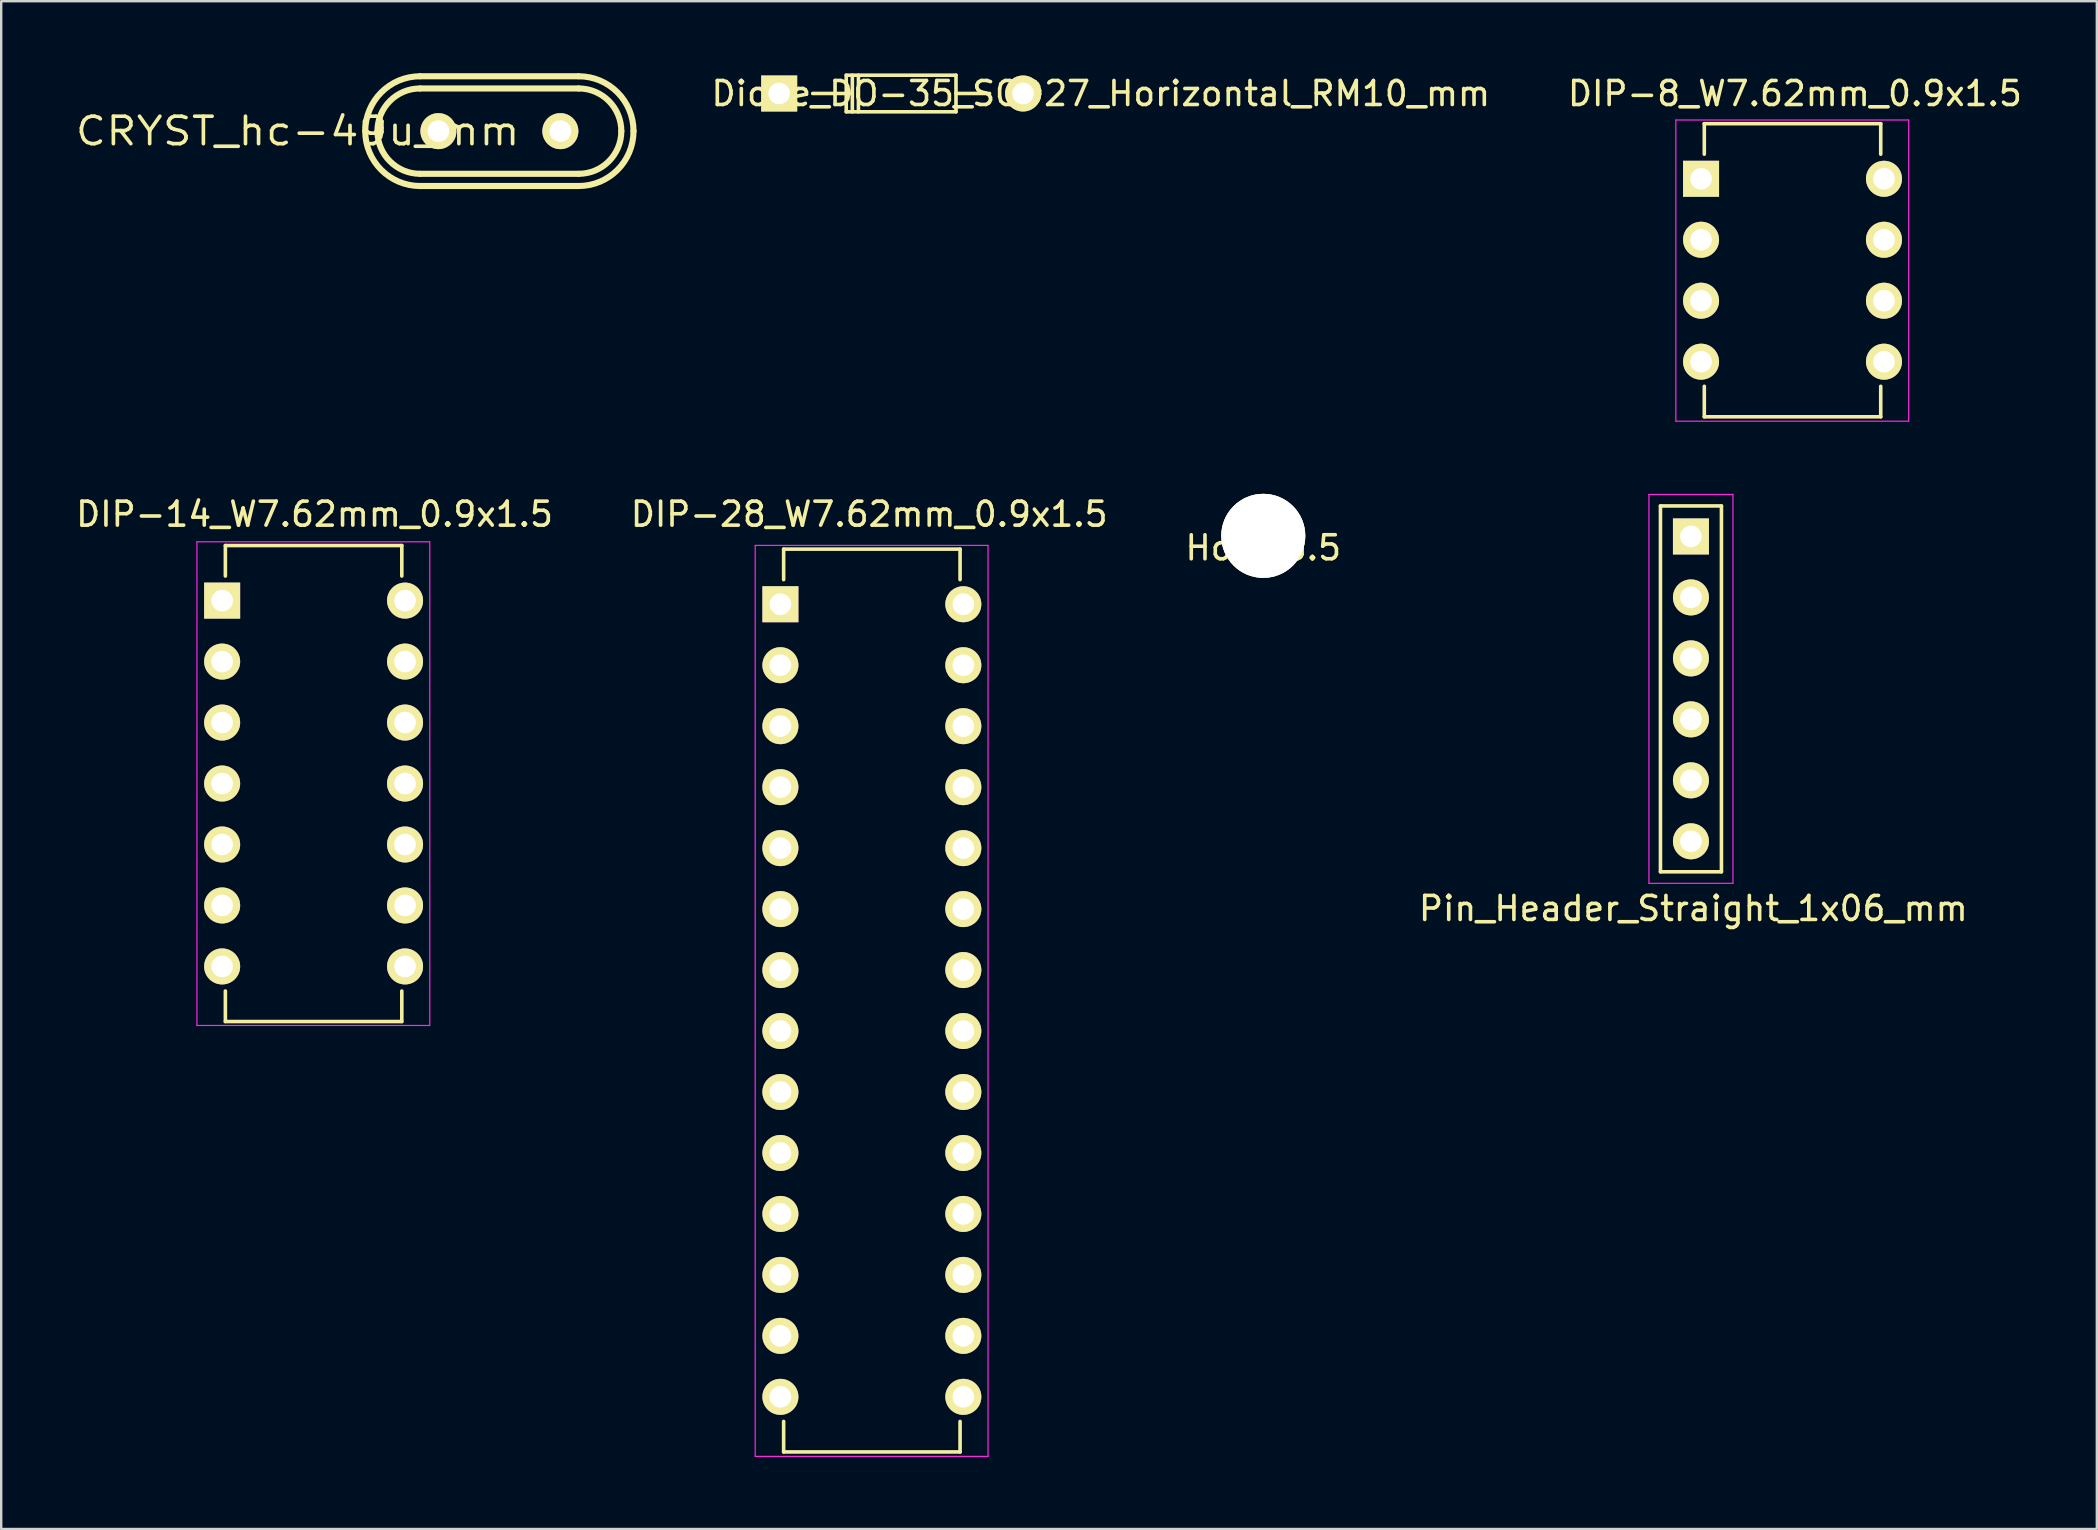
<source format=kicad_pcb>
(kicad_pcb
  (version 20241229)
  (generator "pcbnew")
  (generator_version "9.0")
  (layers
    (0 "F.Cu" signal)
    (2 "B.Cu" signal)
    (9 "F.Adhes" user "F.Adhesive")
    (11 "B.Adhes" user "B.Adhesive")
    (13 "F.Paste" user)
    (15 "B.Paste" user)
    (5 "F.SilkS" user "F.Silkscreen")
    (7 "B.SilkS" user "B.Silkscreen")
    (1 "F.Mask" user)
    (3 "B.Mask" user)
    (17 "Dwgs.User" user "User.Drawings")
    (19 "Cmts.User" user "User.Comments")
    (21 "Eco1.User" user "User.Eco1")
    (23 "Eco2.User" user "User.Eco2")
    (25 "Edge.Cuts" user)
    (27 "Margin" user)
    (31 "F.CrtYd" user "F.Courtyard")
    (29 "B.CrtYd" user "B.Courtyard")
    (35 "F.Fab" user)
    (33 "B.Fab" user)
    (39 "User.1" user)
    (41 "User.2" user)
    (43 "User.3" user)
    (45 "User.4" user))
  (footprint "CRYST_hc-49u_mm"
    (layer "F.Cu")
    (at 17.754 2.413)
    (property "Reference" "CRYST_hc-49u_mm" (at -8.4 0 0) (layer "F.SilkS") (effects (font (size 1.143 1.27) (thickness 0.152))))
    (attr through_hole)
    (fp_line (start -3.302 -2.286) (end 3.302 -2.286) (stroke (width 0.254) (type solid)) (layer "F.SilkS"))
    (fp_line (start -3.302 1.778) (end 3.302 1.778) (stroke (width 0.254) (type solid)) (layer "F.SilkS"))
    (fp_line (start 3.302 -1.778) (end -3.302 -1.778) (stroke (width 0.254) (type solid)) (layer "F.SilkS"))
    (fp_line (start 3.302 2.286) (end -3.302 2.286) (stroke (width 0.254) (type solid)) (layer "F.SilkS"))
    (fp_arc (start -5.588 0) (mid -4.918446 -1.616446) (end -3.302 -2.286) (stroke (width 0.254) (type solid)) (layer "F.SilkS"))
    (fp_arc (start -5.08 0) (mid -4.559236 -1.257236) (end -3.302 -1.778) (stroke (width 0.254) (type solid)) (layer "F.SilkS"))
    (fp_arc (start -3.302 1.778) (mid -4.559236 1.257236) (end -5.08 0) (stroke (width 0.254) (type solid)) (layer "F.SilkS"))
    (fp_arc (start -3.302 2.286) (mid -4.918446 1.616446) (end -5.588 0) (stroke (width 0.254) (type solid)) (layer "F.SilkS"))
    (fp_arc (start 3.302 -2.286) (mid 4.918446 -1.616446) (end 5.588 0) (stroke (width 0.254) (type solid)) (layer "F.SilkS"))
    (fp_arc (start 3.302 -1.778) (mid 4.559236 -1.257236) (end 5.08 0) (stroke (width 0.254) (type solid)) (layer "F.SilkS"))
    (fp_arc (start 5.08 0) (mid 4.559236 1.257236) (end 3.302 1.778) (stroke (width 0.254) (type solid)) (layer "F.SilkS"))
    (fp_arc (start 5.588 0) (mid 4.918446 1.616446) (end 3.302 2.286) (stroke (width 0.254) (type solid)) (layer "F.SilkS"))
    (pad "1" thru_hole circle (at -2.54 0) (size 1.5 1.5) (drill 0.9) (layers "*.Cu" "*.Mask" "F.SilkS"))
    (pad "2" thru_hole circle (at 2.54 0) (size 1.5 1.5) (drill 0.9) (layers "*.Cu" "*.Mask" "F.SilkS")))
  (footprint "DIP-8_W7.62mm_0.9x1.5"
    (layer "F.Cu")
    (at 67.815 4.398)
    (property "Reference" "DIP-8_W7.62mm_0.9x1.5" (at 3.91 -3.55 0) (layer "F.SilkS") (effects (font (size 1 1) (thickness 0.15))))
    (attr through_hole)
    (fp_line (start 0.135 -2.295) (end 0.135 -1.025) (stroke (width 0.15) (type solid)) (layer "F.SilkS"))
    (fp_line (start 0.135 -2.295) (end 7.485 -2.295) (stroke (width 0.15) (type solid)) (layer "F.SilkS"))
    (fp_line (start 0.135 9.915) (end 0.135 8.645) (stroke (width 0.15) (type solid)) (layer "F.SilkS"))
    (fp_line (start 0.135 9.915) (end 7.485 9.915) (stroke (width 0.15) (type solid)) (layer "F.SilkS"))
    (fp_line (start 7.485 -2.295) (end 7.485 -1.025) (stroke (width 0.15) (type solid)) (layer "F.SilkS"))
    (fp_line (start 7.485 9.915) (end 7.485 8.645) (stroke (width 0.15) (type solid)) (layer "F.SilkS"))
    (fp_line (start -1.05 -2.45) (end -1.05 10.1) (stroke (width 0.05) (type solid)) (layer "F.CrtYd"))
    (fp_line (start -1.05 -2.45) (end 8.65 -2.45) (stroke (width 0.05) (type solid)) (layer "F.CrtYd"))
    (fp_line (start -1.05 10.1) (end 8.65 10.1) (stroke (width 0.05) (type solid)) (layer "F.CrtYd"))
    (fp_line (start 8.65 -2.45) (end 8.65 10.1) (stroke (width 0.05) (type solid)) (layer "F.CrtYd"))
    (pad "1" thru_hole rect (at 0 0) (size 1.5 1.5) (drill 0.9) (layers "*.Cu" "*.Mask" "F.SilkS"))
    (pad "2" thru_hole circle (at 0 2.54) (size 1.5 1.5) (drill 0.9) (layers "*.Cu" "*.Mask" "F.SilkS"))
    (pad "3" thru_hole circle (at 0 5.08) (size 1.5 1.5) (drill 0.9) (layers "*.Cu" "*.Mask" "F.SilkS"))
    (pad "4" thru_hole circle (at 0 7.62) (size 1.5 1.5) (drill 0.9) (layers "*.Cu" "*.Mask" "F.SilkS"))
    (pad "5" thru_hole circle (at 7.62 7.62 180) (size 1.5 1.5) (drill 0.9) (layers "*.Cu" "*.Mask" "F.SilkS"))
    (pad "6" thru_hole circle (at 7.62 5.08 180) (size 1.5 1.5) (drill 0.9) (layers "*.Cu" "*.Mask" "F.SilkS"))
    (pad "7" thru_hole circle (at 7.62 2.54 180) (size 1.5 1.5) (drill 0.9) (layers "*.Cu" "*.Mask" "F.SilkS"))
    (pad "8" thru_hole circle (at 7.62 0) (size 1.5 1.5) (drill 0.9) (layers "*.Cu" "*.Mask" "F.SilkS")))
  (footprint "Diode_DO-35_SOD27_Horizontal_RM10_mm"
    (layer "F.Cu")
    (at 29.409 0.848)
    (property "Reference" "Diode_DO-35_SOD27_Horizontal_RM10_mm" (at 13.4 0 0) (layer "F.SilkS") (effects (font (size 1 1) (thickness 0.15))))
    (attr through_hole)
    (fp_line (start 2.795 -0.765) (end 2.795 -0.003) (stroke (width 0.15) (type solid)) (layer "F.SilkS"))
    (fp_line (start 2.795 -0.003) (end 2.795 0.759) (stroke (width 0.15) (type solid)) (layer "F.SilkS"))
    (fp_line (start 2.795 0.759) (end 7.367 0.759) (stroke (width 0.15) (type solid)) (layer "F.SilkS"))
    (fp_line (start 2.922 -0.003) (end 1.398 -0.003) (stroke (width 0.15) (type solid)) (layer "F.SilkS"))
    (fp_line (start 3.049 -0.765) (end 3.049 0.759) (stroke (width 0.15) (type solid)) (layer "F.SilkS"))
    (fp_line (start 3.303 -0.765) (end 3.303 0.759) (stroke (width 0.15) (type solid)) (layer "F.SilkS"))
    (fp_line (start 7.367 -0.765) (end 2.795 -0.765) (stroke (width 0.15) (type solid)) (layer "F.SilkS"))
    (fp_line (start 7.367 -0.003) (end 8.764 -0.003) (stroke (width 0.15) (type solid)) (layer "F.SilkS"))
    (fp_line (start 7.367 0.759) (end 7.367 -0.765) (stroke (width 0.15) (type solid)) (layer "F.SilkS"))
    (pad "1" thru_hole rect (at 0.001 -0.003 180) (size 1.5 1.5) (drill 0.9) (layers "*.Cu" "*.Mask" "F.SilkS"))
    (pad "2" thru_hole circle (at 10.161 -0.003 180) (size 1.5 1.5) (drill 0.9) (layers "*.Cu" "*.Mask" "F.SilkS")))
  (footprint "DIP-28_W7.62mm_0.9x1.5"
    (layer "F.Cu")
    (at 29.461 22.122)
    (property "Reference" "DIP-28_W7.62mm_0.9x1.5" (at 3.7 -3.75 0) (layer "F.SilkS") (effects (font (size 1 1) (thickness 0.15))))
    (attr through_hole)
    (fp_line (start 0.135 -2.295) (end 0.135 -1.025) (stroke (width 0.15) (type solid)) (layer "F.SilkS"))
    (fp_line (start 0.135 -2.295) (end 7.485 -2.295) (stroke (width 0.15) (type solid)) (layer "F.SilkS"))
    (fp_line (start 0.135 35.315) (end 0.135 34.045) (stroke (width 0.15) (type solid)) (layer "F.SilkS"))
    (fp_line (start 0.135 35.315) (end 7.485 35.315) (stroke (width 0.15) (type solid)) (layer "F.SilkS"))
    (fp_line (start 7.485 -2.295) (end 7.485 -1.025) (stroke (width 0.15) (type solid)) (layer "F.SilkS"))
    (fp_line (start 7.485 35.315) (end 7.485 34.045) (stroke (width 0.15) (type solid)) (layer "F.SilkS"))
    (fp_line (start -1.05 -2.45) (end -1.05 35.5) (stroke (width 0.05) (type solid)) (layer "F.CrtYd"))
    (fp_line (start -1.05 -2.45) (end 8.65 -2.45) (stroke (width 0.05) (type solid)) (layer "F.CrtYd"))
    (fp_line (start -1.05 35.5) (end 8.65 35.5) (stroke (width 0.05) (type solid)) (layer "F.CrtYd"))
    (fp_line (start 8.65 -2.45) (end 8.65 35.5) (stroke (width 0.05) (type solid)) (layer "F.CrtYd"))
    (pad "1" thru_hole rect (at 0 0) (size 1.5 1.5) (drill 0.9) (layers "*.Cu" "*.Mask" "F.SilkS"))
    (pad "2" thru_hole circle (at 0 2.54) (size 1.5 1.5) (drill 0.9) (layers "*.Cu" "*.Mask" "F.SilkS"))
    (pad "3" thru_hole circle (at 0 5.08) (size 1.5 1.5) (drill 0.9) (layers "*.Cu" "*.Mask" "F.SilkS"))
    (pad "4" thru_hole circle (at 0 7.62) (size 1.5 1.5) (drill 0.9) (layers "*.Cu" "*.Mask" "F.SilkS"))
    (pad "5" thru_hole circle (at 0 10.16) (size 1.5 1.5) (drill 0.9) (layers "*.Cu" "*.Mask" "F.SilkS"))
    (pad "6" thru_hole circle (at 0 12.7) (size 1.5 1.5) (drill 0.9) (layers "*.Cu" "*.Mask" "F.SilkS"))
    (pad "7" thru_hole circle (at 0 15.24) (size 1.5 1.5) (drill 0.9) (layers "*.Cu" "*.Mask" "F.SilkS"))
    (pad "8" thru_hole circle (at 0 17.78) (size 1.5 1.5) (drill 0.9) (layers "*.Cu" "*.Mask" "F.SilkS"))
    (pad "9" thru_hole circle (at 0 20.32) (size 1.5 1.5) (drill 0.9) (layers "*.Cu" "*.Mask" "F.SilkS"))
    (pad "10" thru_hole circle (at 0 22.86) (size 1.5 1.5) (drill 0.9) (layers "*.Cu" "*.Mask" "F.SilkS"))
    (pad "11" thru_hole circle (at 0 25.4) (size 1.5 1.5) (drill 0.9) (layers "*.Cu" "*.Mask" "F.SilkS"))
    (pad "12" thru_hole circle (at 0 27.94) (size 1.5 1.5) (drill 0.9) (layers "*.Cu" "*.Mask" "F.SilkS"))
    (pad "13" thru_hole circle (at 0 30.48) (size 1.5 1.5) (drill 0.9) (layers "*.Cu" "*.Mask" "F.SilkS"))
    (pad "14" thru_hole circle (at 0 33.02) (size 1.5 1.5) (drill 0.9) (layers "*.Cu" "*.Mask" "F.SilkS"))
    (pad "15" thru_hole circle (at 7.62 33.02 180) (size 1.5 1.5) (drill 0.9) (layers "*.Cu" "*.Mask" "F.SilkS"))
    (pad "16" thru_hole circle (at 7.62 30.48 180) (size 1.5 1.5) (drill 0.9) (layers "*.Cu" "*.Mask" "F.SilkS"))
    (pad "17" thru_hole circle (at 7.62 27.94 180) (size 1.5 1.5) (drill 0.9) (layers "*.Cu" "*.Mask" "F.SilkS"))
    (pad "18" thru_hole circle (at 7.62 25.4 180) (size 1.5 1.5) (drill 0.9) (layers "*.Cu" "*.Mask" "F.SilkS"))
    (pad "19" thru_hole circle (at 7.62 22.86 180) (size 1.5 1.5) (drill 0.9) (layers "*.Cu" "*.Mask" "F.SilkS"))
    (pad "20" thru_hole circle (at 7.62 20.32 180) (size 1.5 1.5) (drill 0.9) (layers "*.Cu" "*.Mask" "F.SilkS"))
    (pad "21" thru_hole circle (at 7.62 17.78 180) (size 1.5 1.5) (drill 0.9) (layers "*.Cu" "*.Mask" "F.SilkS"))
    (pad "22" thru_hole circle (at 7.62 15.24 180) (size 1.5 1.5) (drill 0.9) (layers "*.Cu" "*.Mask" "F.SilkS"))
    (pad "23" thru_hole circle (at 7.62 12.7 180) (size 1.5 1.5) (drill 0.9) (layers "*.Cu" "*.Mask" "F.SilkS"))
    (pad "24" thru_hole circle (at 7.62 10.16 180) (size 1.5 1.5) (drill 0.9) (layers "*.Cu" "*.Mask" "F.SilkS"))
    (pad "25" thru_hole circle (at 7.62 7.62 180) (size 1.5 1.5) (drill 0.9) (layers "*.Cu" "*.Mask" "F.SilkS"))
    (pad "26" thru_hole circle (at 7.62 5.08 180) (size 1.5 1.5) (drill 0.9) (layers "*.Cu" "*.Mask" "F.SilkS"))
    (pad "27" thru_hole circle (at 7.62 2.54 180) (size 1.5 1.5) (drill 0.9) (layers "*.Cu" "*.Mask" "F.SilkS"))
    (pad "28" thru_hole circle (at 7.62 0 180) (size 1.5 1.5) (drill 0.9) (layers "*.Cu" "*.Mask" "F.SilkS")))
  (footprint "Hole_3.5"
    (layer "F.Cu")
    (at 49.577 19.273)
    (property "Reference" "Hole_3.5" (at 0 0.5 0) (layer "F.SilkS") (effects (font (size 1 1) (thickness 0.15))))
    (attr through_hole)
    (pad "1" thru_hole circle (at 0 0) (size 3.5 3.5) (drill 3.5) (layers "*.Cu" "F.SilkS")))
  (footprint "Pin_Header_Straight_1x06_mm"
    (layer "F.Cu")
    (at 67.394 19.298)
    (property "Reference" "Pin_Header_Straight_1x06_mm" (at 0.1 15.5 0) (layer "F.SilkS") (effects (font (size 1 1) (thickness 0.15))))
    (attr through_hole)
    (fp_line (start -1.27 13.97) (end -1.27 -1.27) (stroke (width 0.15) (type solid)) (layer "F.SilkS"))
    (fp_line (start 1.27 -1.27) (end -1.27 -1.27) (stroke (width 0.15) (type solid)) (layer "F.SilkS"))
    (fp_line (start 1.27 -1.27) (end 1.27 13.97) (stroke (width 0.15) (type solid)) (layer "F.SilkS"))
    (fp_line (start 1.27 13.97) (end -1.27 13.97) (stroke (width 0.15) (type solid)) (layer "F.SilkS"))
    (fp_line (start -1.75 -1.75) (end -1.75 14.45) (stroke (width 0.05) (type solid)) (layer "F.CrtYd"))
    (fp_line (start -1.75 -1.75) (end 1.75 -1.75) (stroke (width 0.05) (type solid)) (layer "F.CrtYd"))
    (fp_line (start -1.75 14.45) (end 1.75 14.45) (stroke (width 0.05) (type solid)) (layer "F.CrtYd"))
    (fp_line (start 1.75 -1.75) (end 1.75 14.45) (stroke (width 0.05) (type solid)) (layer "F.CrtYd"))
    (pad "1" thru_hole rect (at 0 0) (size 1.5 1.5) (drill 0.9) (layers "*.Cu" "*.Mask" "F.SilkS"))
    (pad "2" thru_hole circle (at 0 2.54) (size 1.5 1.5) (drill 0.9) (layers "*.Cu" "*.Mask" "F.SilkS"))
    (pad "3" thru_hole circle (at 0 5.08) (size 1.5 1.5) (drill 0.9) (layers "*.Cu" "*.Mask" "F.SilkS"))
    (pad "4" thru_hole circle (at 0 7.62) (size 1.5 1.5) (drill 0.9) (layers "*.Cu" "*.Mask" "F.SilkS"))
    (pad "5" thru_hole circle (at 0 10.16) (size 1.5 1.5) (drill 0.9) (layers "*.Cu" "*.Mask" "F.SilkS"))
    (pad "6" thru_hole circle (at 0 12.7) (size 1.5 1.5) (drill 0.9) (layers "*.Cu" "*.Mask" "F.SilkS")))
  (footprint "DIP-14_W7.62mm_0.9x1.5"
    (layer "F.Cu")
    (at 6.204 21.971)
    (property "Reference" "DIP-14_W7.62mm_0.9x1.5" (at 3.85 -3.6 0) (layer "F.SilkS") (effects (font (size 1 1) (thickness 0.15))))
    (attr through_hole)
    (fp_line (start 0.135 -2.295) (end 0.135 -1.025) (stroke (width 0.15) (type solid)) (layer "F.SilkS"))
    (fp_line (start 0.135 -2.295) (end 7.485 -2.295) (stroke (width 0.15) (type solid)) (layer "F.SilkS"))
    (fp_line (start 0.135 17.535) (end 0.135 16.265) (stroke (width 0.15) (type solid)) (layer "F.SilkS"))
    (fp_line (start 0.135 17.535) (end 7.485 17.535) (stroke (width 0.15) (type solid)) (layer "F.SilkS"))
    (fp_line (start 7.485 -2.295) (end 7.485 -1.025) (stroke (width 0.15) (type solid)) (layer "F.SilkS"))
    (fp_line (start 7.485 17.535) (end 7.485 16.265) (stroke (width 0.15) (type solid)) (layer "F.SilkS"))
    (fp_line (start -1.05 -2.45) (end -1.05 17.7) (stroke (width 0.05) (type solid)) (layer "F.CrtYd"))
    (fp_line (start -1.05 -2.45) (end 8.65 -2.45) (stroke (width 0.05) (type solid)) (layer "F.CrtYd"))
    (fp_line (start -1.05 17.7) (end 8.65 17.7) (stroke (width 0.05) (type solid)) (layer "F.CrtYd"))
    (fp_line (start 8.65 -2.45) (end 8.65 17.7) (stroke (width 0.05) (type solid)) (layer "F.CrtYd"))
    (pad "1" thru_hole rect (at 0 0) (size 1.5 1.5) (drill 0.9) (layers "*.Cu" "*.Mask" "F.SilkS"))
    (pad "2" thru_hole oval (at 0 2.54) (size 1.5 1.5) (drill 0.9) (layers "*.Cu" "*.Mask" "F.SilkS"))
    (pad "3" thru_hole oval (at 0 5.08) (size 1.5 1.5) (drill 0.9) (layers "*.Cu" "*.Mask" "F.SilkS"))
    (pad "4" thru_hole oval (at 0 7.62) (size 1.5 1.5) (drill 0.9) (layers "*.Cu" "*.Mask" "F.SilkS"))
    (pad "5" thru_hole oval (at 0 10.16) (size 1.5 1.5) (drill 0.9) (layers "*.Cu" "*.Mask" "F.SilkS"))
    (pad "6" thru_hole oval (at 0 12.7) (size 1.5 1.5) (drill 0.9) (layers "*.Cu" "*.Mask" "F.SilkS"))
    (pad "7" thru_hole oval (at 0 15.24) (size 1.5 1.5) (drill 0.9) (layers "*.Cu" "*.Mask" "F.SilkS"))
    (pad "8" thru_hole circle (at 7.62 15.24) (size 1.5 1.5) (drill 0.9) (layers "*.Cu" "*.Mask" "F.SilkS"))
    (pad "9" thru_hole oval (at 7.62 12.7 180) (size 1.5 1.5) (drill 0.9) (layers "*.Cu" "*.Mask" "F.SilkS"))
    (pad "10" thru_hole oval (at 7.62 10.16 180) (size 1.5 1.5) (drill 0.9) (layers "*.Cu" "*.Mask" "F.SilkS"))
    (pad "11" thru_hole oval (at 7.62 7.62 180) (size 1.5 1.5) (drill 0.9) (layers "*.Cu" "*.Mask" "F.SilkS"))
    (pad "12" thru_hole oval (at 7.62 5.08 180) (size 1.5 1.5) (drill 0.9) (layers "*.Cu" "*.Mask" "F.SilkS"))
    (pad "13" thru_hole oval (at 7.62 2.54 180) (size 1.5 1.5) (drill 0.9) (layers "*.Cu" "*.Mask" "F.SilkS"))
    (pad "14" thru_hole oval (at 7.62 0 180) (size 1.5 1.5) (drill 0.9) (layers "*.Cu" "*.Mask" "F.SilkS")))
  (gr_rect
    (start -3 -3)
    (end 84.303 60.647)
    (stroke (width 0.1) (type default))
    (fill no)
    (layer "Edge.Cuts")))
</source>
